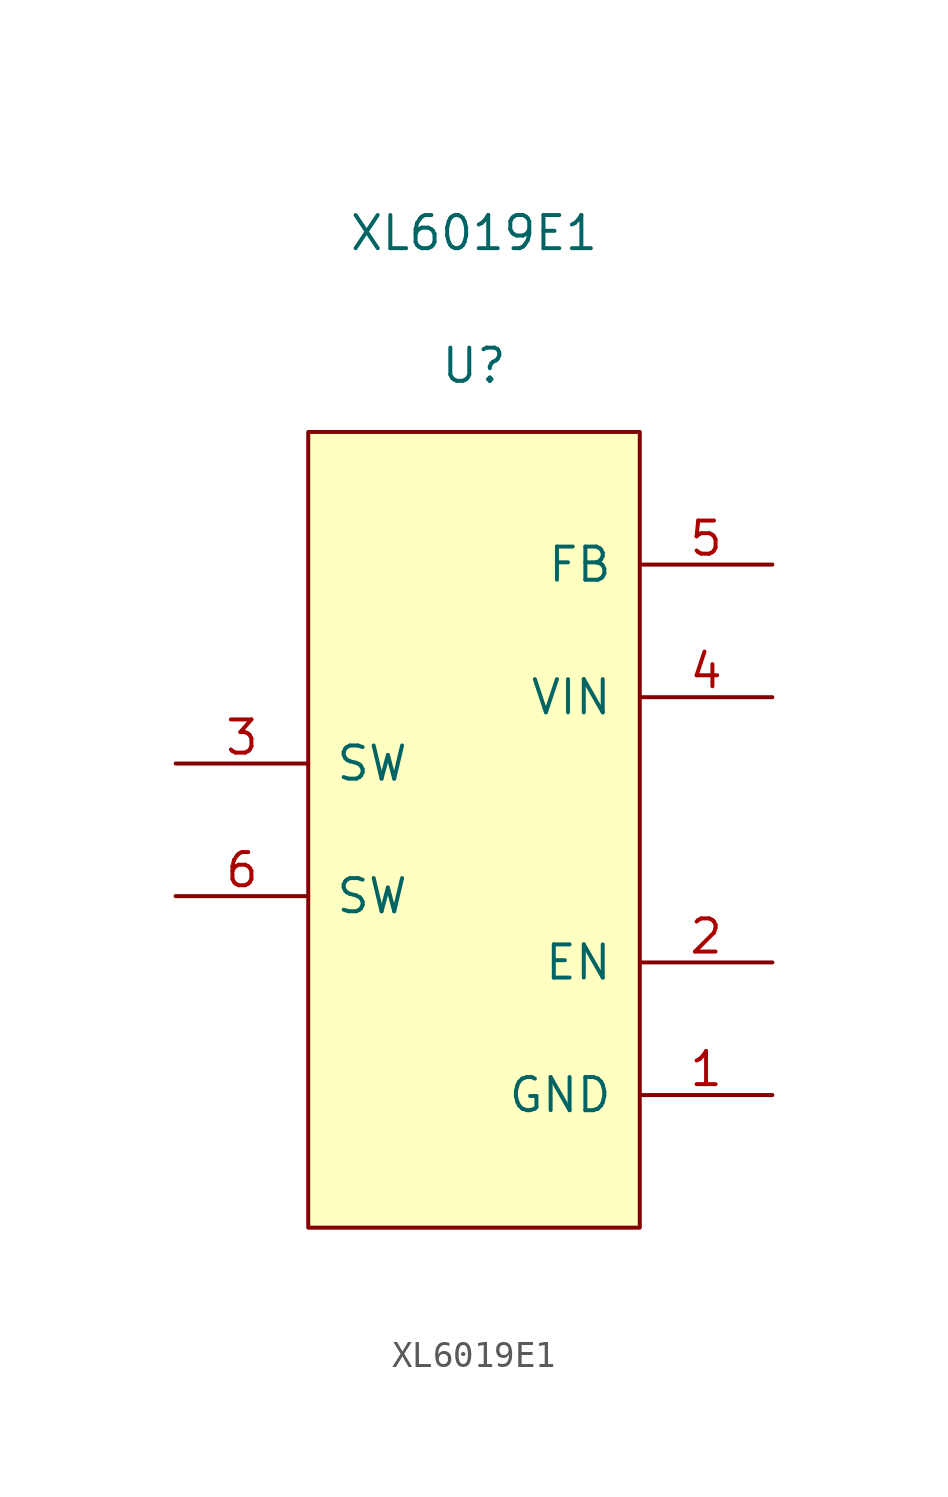
<source format=kicad_sym>
(kicad_symbol_lib
  (version 20211014)
  (generator kicad_symbol_editor)
  (symbol "XL6019E1"
    (pin_names
      (offset 1.016))
    (property "Reference" "U"
      (at 0 17.78 0)
      (effects (font (size 1.27 1.27))))
    (property "Value" "XL6019E1"
      (at 0 22.86 0)
      (effects (font (size 1.27 1.27))))
    (symbol "XL6019E1_1_1"
      (rectangle (start -6.35 15.24) (end 6.35 -15.24) (stroke (width 0.152) (type default) (color 0 0 0 0)) (fill (type background)))
      (pin input line (at 11.43 -10.16 180) (length 5.08) (name "GND" (effects (font (size 1.27 1.27)))) (number "1" (effects (font (size 1.27 1.27)))))
      (pin input line (at 11.43 -5.08 180) (length 5.08) (name "EN" (effects (font (size 1.27 1.27)))) (number "2" (effects (font (size 1.27 1.27)))))
      (pin input line (at -11.43 2.54 0) (length 5.08) (name "SW" (effects (font (size 1.27 1.27)))) (number "3" (effects (font (size 1.27 1.27)))))
      (pin input line (at 11.43 5.08 180) (length 5.08) (name "VIN" (effects (font (size 1.27 1.27)))) (number "4" (effects (font (size 1.27 1.27)))))
      (pin input line (at 11.43 10.16 180) (length 5.08) (name "FB" (effects (font (size 1.27 1.27)))) (number "5" (effects (font (size 1.27 1.27)))))
      (pin input line (at -11.43 -2.54 0) (length 5.08) (name "SW" (effects (font (size 1.27 1.27)))) (number "6" (effects (font (size 1.27 1.27))))))))
</source>
